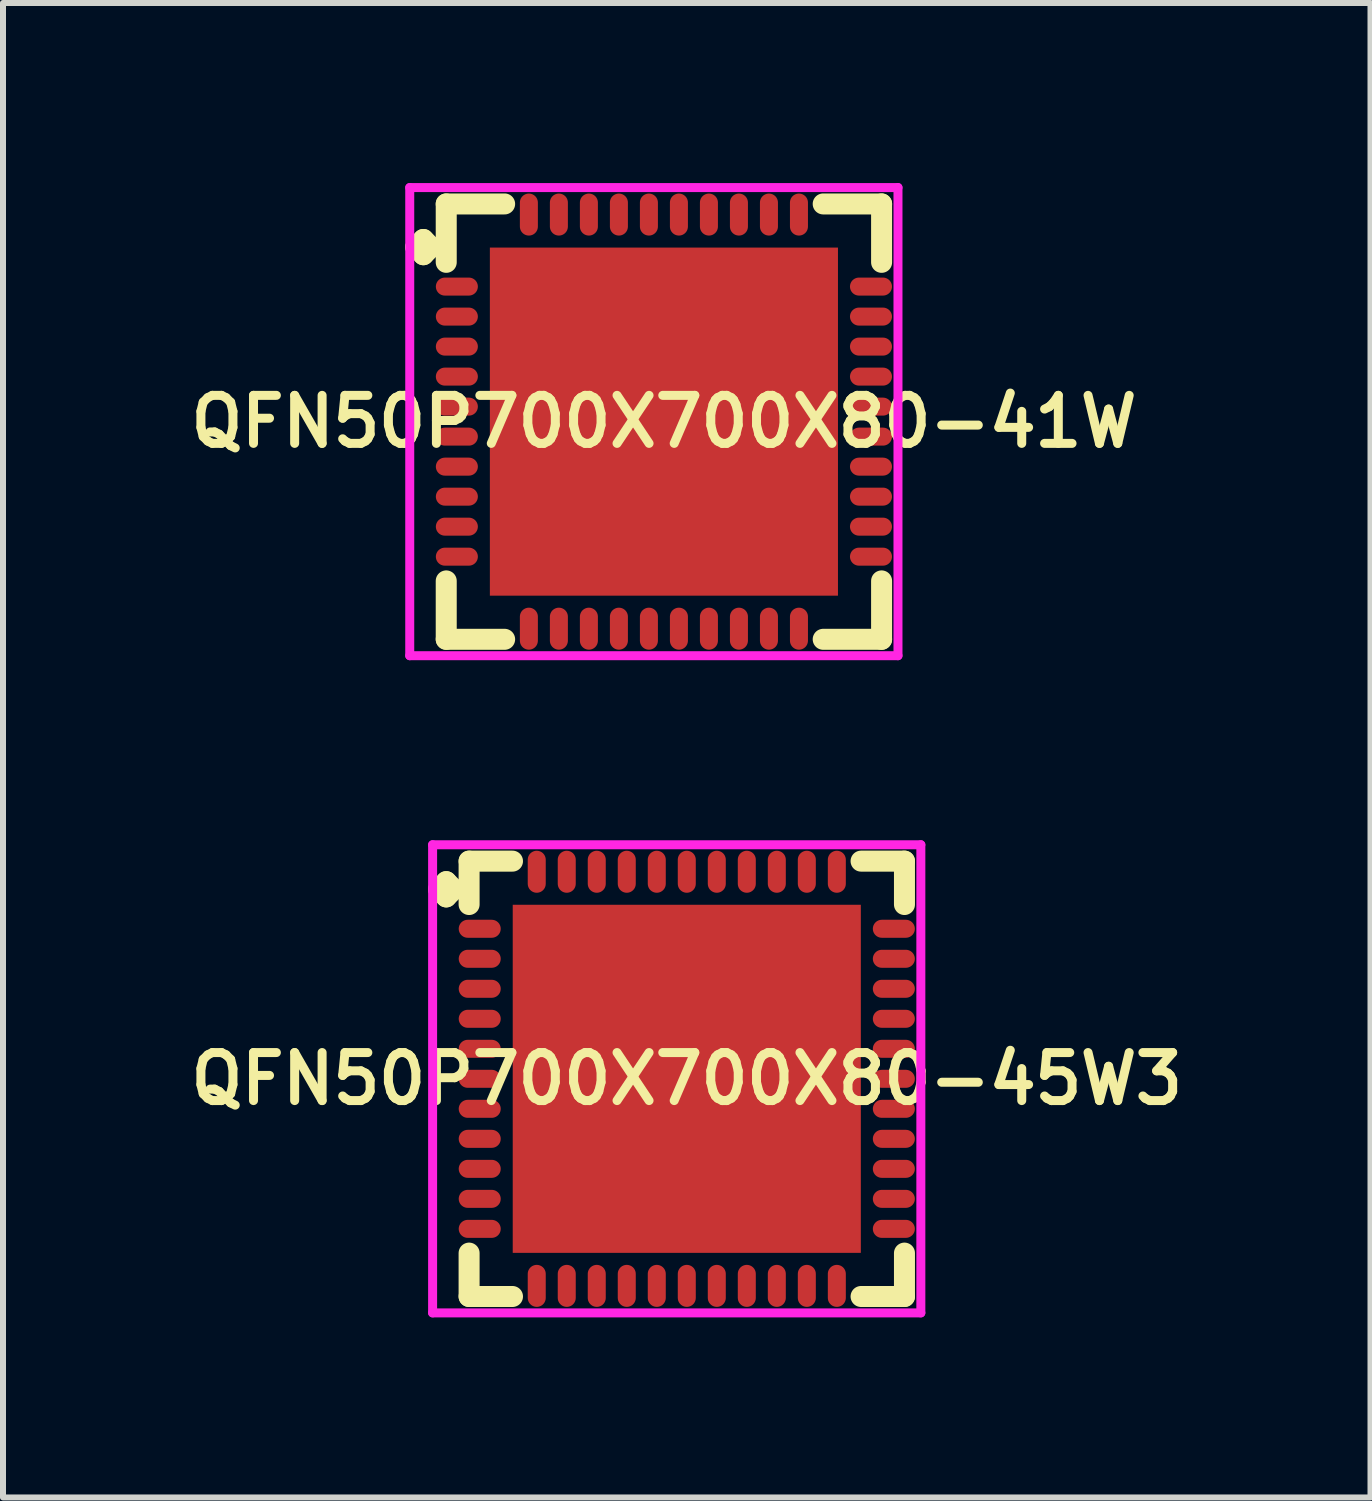
<source format=kicad_pcb>
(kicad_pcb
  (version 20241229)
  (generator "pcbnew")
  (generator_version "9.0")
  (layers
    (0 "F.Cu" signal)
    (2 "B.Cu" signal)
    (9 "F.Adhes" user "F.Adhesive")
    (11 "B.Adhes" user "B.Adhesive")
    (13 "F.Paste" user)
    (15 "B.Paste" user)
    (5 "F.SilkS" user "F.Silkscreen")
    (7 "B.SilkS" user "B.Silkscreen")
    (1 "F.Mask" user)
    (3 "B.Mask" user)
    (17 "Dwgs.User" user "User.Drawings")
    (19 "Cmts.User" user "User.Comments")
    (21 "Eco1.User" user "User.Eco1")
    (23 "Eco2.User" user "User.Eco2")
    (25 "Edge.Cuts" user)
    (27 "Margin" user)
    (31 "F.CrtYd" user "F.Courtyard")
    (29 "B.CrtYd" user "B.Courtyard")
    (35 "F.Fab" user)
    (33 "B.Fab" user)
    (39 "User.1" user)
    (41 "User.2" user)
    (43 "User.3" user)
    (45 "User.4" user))
  (footprint "QFN50P700X700X80-41W"
    (layer "F.Cu")
    (at 8.012 3.975)
    (property "Reference" "QFN50P700X700X80-41W" (at 0 0 0) (layer "F.SilkS") (effects (font (size 0.8 0.8) (thickness 0.15))))
    (attr smd)
    (fp_line (start -4.135 -2.908) (end -4.008 -3.035) (stroke (width 0.35) (type solid)) (layer "F.SilkS"))
    (fp_line (start -4.008 -3.035) (end -3.881 -2.908) (stroke (width 0.35) (type solid)) (layer "F.SilkS"))
    (fp_line (start -4.008 -2.781) (end -4.135 -2.908) (stroke (width 0.35) (type solid)) (layer "F.SilkS"))
    (fp_line (start -3.881 -2.908) (end -4.008 -2.781) (stroke (width 0.35) (type solid)) (layer "F.SilkS"))
    (fp_line (start -3.627 -3.627) (end -2.654 -3.627) (stroke (width 0.35) (type solid)) (layer "F.SilkS"))
    (fp_line (start -3.627 -2.654) (end -3.627 -3.627) (stroke (width 0.35) (type solid)) (layer "F.SilkS"))
    (fp_line (start -3.627 2.654) (end -3.627 3.627) (stroke (width 0.35) (type solid)) (layer "F.SilkS"))
    (fp_line (start -3.627 3.627) (end -2.654 3.627) (stroke (width 0.35) (type solid)) (layer "F.SilkS"))
    (fp_line (start 2.654 -3.627) (end 3.627 -3.627) (stroke (width 0.35) (type solid)) (layer "F.SilkS"))
    (fp_line (start 2.654 3.627) (end 3.627 3.627) (stroke (width 0.35) (type solid)) (layer "F.SilkS"))
    (fp_line (start 3.627 -3.627) (end 3.627 -2.654) (stroke (width 0.35) (type solid)) (layer "F.SilkS"))
    (fp_line (start 3.627 3.627) (end 3.627 2.654) (stroke (width 0.35) (type solid)) (layer "F.SilkS"))
    (fp_line (start -4.235 -3.9) (end 3.9 -3.9) (stroke (width 0.15) (type solid)) (layer "F.CrtYd"))
    (fp_line (start -4.235 3.9) (end -4.235 -3.9) (stroke (width 0.15) (type solid)) (layer "F.CrtYd"))
    (fp_line (start 3.9 -3.9) (end 3.9 3.9) (stroke (width 0.15) (type solid)) (layer "F.CrtYd"))
    (fp_line (start 3.9 3.9) (end -4.235 3.9) (stroke (width 0.15) (type solid)) (layer "F.CrtYd"))
    (pad "1" smd oval (at -3.45 -2.25) (size 0.7 0.3) (layers "F.Cu" "F.Mask" "F.Paste"))
    (pad "2" smd oval (at -3.45 -1.75) (size 0.7 0.3) (layers "F.Cu" "F.Mask" "F.Paste"))
    (pad "3" smd oval (at -3.45 -1.25) (size 0.7 0.3) (layers "F.Cu" "F.Mask" "F.Paste"))
    (pad "4" smd oval (at -3.45 -0.75) (size 0.7 0.3) (layers "F.Cu" "F.Mask" "F.Paste"))
    (pad "5" smd oval (at -3.45 -0.25) (size 0.7 0.3) (layers "F.Cu" "F.Mask" "F.Paste"))
    (pad "6" smd oval (at -3.45 0.25) (size 0.7 0.3) (layers "F.Cu" "F.Mask" "F.Paste"))
    (pad "7" smd oval (at -3.45 0.75) (size 0.7 0.3) (layers "F.Cu" "F.Mask" "F.Paste"))
    (pad "8" smd oval (at -3.45 1.25) (size 0.7 0.3) (layers "F.Cu" "F.Mask" "F.Paste"))
    (pad "9" smd oval (at -3.45 1.75) (size 0.7 0.3) (layers "F.Cu" "F.Mask" "F.Paste"))
    (pad "10" smd oval (at -3.45 2.25) (size 0.7 0.3) (layers "F.Cu" "F.Mask" "F.Paste"))
    (pad "11" smd oval (at -2.25 3.45) (size 0.3 0.7) (layers "F.Cu" "F.Mask" "F.Paste"))
    (pad "12" smd oval (at -1.75 3.45) (size 0.3 0.7) (layers "F.Cu" "F.Mask" "F.Paste"))
    (pad "13" smd oval (at -1.25 3.45) (size 0.3 0.7) (layers "F.Cu" "F.Mask" "F.Paste"))
    (pad "14" smd oval (at -0.75 3.45) (size 0.3 0.7) (layers "F.Cu" "F.Mask" "F.Paste"))
    (pad "15" smd oval (at -0.25 3.45) (size 0.3 0.7) (layers "F.Cu" "F.Mask" "F.Paste"))
    (pad "16" smd oval (at 0.25 3.45) (size 0.3 0.7) (layers "F.Cu" "F.Mask" "F.Paste"))
    (pad "17" smd oval (at 0.75 3.45) (size 0.3 0.7) (layers "F.Cu" "F.Mask" "F.Paste"))
    (pad "18" smd oval (at 1.25 3.45) (size 0.3 0.7) (layers "F.Cu" "F.Mask" "F.Paste"))
    (pad "19" smd oval (at 1.75 3.45) (size 0.3 0.7) (layers "F.Cu" "F.Mask" "F.Paste"))
    (pad "20" smd oval (at 2.25 3.45) (size 0.3 0.7) (layers "F.Cu" "F.Mask" "F.Paste"))
    (pad "21" smd oval (at 3.45 2.25) (size 0.7 0.3) (layers "F.Cu" "F.Mask" "F.Paste"))
    (pad "22" smd oval (at 3.45 1.75) (size 0.7 0.3) (layers "F.Cu" "F.Mask" "F.Paste"))
    (pad "23" smd oval (at 3.45 1.25) (size 0.7 0.3) (layers "F.Cu" "F.Mask" "F.Paste"))
    (pad "24" smd oval (at 3.45 0.75) (size 0.7 0.3) (layers "F.Cu" "F.Mask" "F.Paste"))
    (pad "25" smd oval (at 3.45 0.25) (size 0.7 0.3) (layers "F.Cu" "F.Mask" "F.Paste"))
    (pad "26" smd oval (at 3.45 -0.25) (size 0.7 0.3) (layers "F.Cu" "F.Mask" "F.Paste"))
    (pad "27" smd oval (at 3.45 -0.75) (size 0.7 0.3) (layers "F.Cu" "F.Mask" "F.Paste"))
    (pad "28" smd oval (at 3.45 -1.25) (size 0.7 0.3) (layers "F.Cu" "F.Mask" "F.Paste"))
    (pad "29" smd oval (at 3.45 -1.75) (size 0.7 0.3) (layers "F.Cu" "F.Mask" "F.Paste"))
    (pad "30" smd oval (at 3.45 -2.25) (size 0.7 0.3) (layers "F.Cu" "F.Mask" "F.Paste"))
    (pad "31" smd oval (at 2.25 -3.45) (size 0.3 0.7) (layers "F.Cu" "F.Mask" "F.Paste"))
    (pad "32" smd oval (at 1.75 -3.45) (size 0.3 0.7) (layers "F.Cu" "F.Mask" "F.Paste"))
    (pad "33" smd oval (at 1.25 -3.45) (size 0.3 0.7) (layers "F.Cu" "F.Mask" "F.Paste"))
    (pad "34" smd oval (at 0.75 -3.45) (size 0.3 0.7) (layers "F.Cu" "F.Mask" "F.Paste"))
    (pad "35" smd oval (at 0.25 -3.45) (size 0.3 0.7) (layers "F.Cu" "F.Mask" "F.Paste"))
    (pad "36" smd oval (at -0.25 -3.45) (size 0.3 0.7) (layers "F.Cu" "F.Mask" "F.Paste"))
    (pad "37" smd oval (at -0.75 -3.45) (size 0.3 0.7) (layers "F.Cu" "F.Mask" "F.Paste"))
    (pad "38" smd oval (at -1.25 -3.45) (size 0.3 0.7) (layers "F.Cu" "F.Mask" "F.Paste"))
    (pad "39" smd oval (at -1.75 -3.45) (size 0.3 0.7) (layers "F.Cu" "F.Mask" "F.Paste"))
    (pad "40" smd oval (at -2.25 -3.45) (size 0.3 0.7) (layers "F.Cu" "F.Mask" "F.Paste"))
    (pad "41" smd rect (at 0 0) (size 5.8 5.8) (layers "F.Cu" "F.Mask" "F.Paste")))
  (footprint "QFN50P700X700X80-45W3"
    (layer "F.Cu")
    (at 8.393 14.925)
    (property "Reference" "QFN50P700X700X80-45W3" (at 0 0 0) (layer "F.SilkS") (effects (font (size 0.8 0.8) (thickness 0.15))))
    (attr smd)
    (fp_line (start -4.135 -3.158) (end -4.008 -3.285) (stroke (width 0.35) (type solid)) (layer "F.SilkS"))
    (fp_line (start -4.008 -3.285) (end -3.881 -3.158) (stroke (width 0.35) (type solid)) (layer "F.SilkS"))
    (fp_line (start -4.008 -3.031) (end -4.135 -3.158) (stroke (width 0.35) (type solid)) (layer "F.SilkS"))
    (fp_line (start -3.881 -3.158) (end -4.008 -3.031) (stroke (width 0.35) (type solid)) (layer "F.SilkS"))
    (fp_line (start -3.627 -3.627) (end -2.904 -3.627) (stroke (width 0.35) (type solid)) (layer "F.SilkS"))
    (fp_line (start -3.627 -2.904) (end -3.627 -3.627) (stroke (width 0.35) (type solid)) (layer "F.SilkS"))
    (fp_line (start -3.627 2.904) (end -3.627 3.627) (stroke (width 0.35) (type solid)) (layer "F.SilkS"))
    (fp_line (start -3.627 3.627) (end -2.904 3.627) (stroke (width 0.35) (type solid)) (layer "F.SilkS"))
    (fp_line (start 2.904 -3.627) (end 3.627 -3.627) (stroke (width 0.35) (type solid)) (layer "F.SilkS"))
    (fp_line (start 2.904 3.627) (end 3.627 3.627) (stroke (width 0.35) (type solid)) (layer "F.SilkS"))
    (fp_line (start 3.627 -3.627) (end 3.627 -2.904) (stroke (width 0.35) (type solid)) (layer "F.SilkS"))
    (fp_line (start 3.627 3.627) (end 3.627 2.904) (stroke (width 0.35) (type solid)) (layer "F.SilkS"))
    (fp_line (start -4.235 -3.9) (end 3.9 -3.9) (stroke (width 0.15) (type solid)) (layer "F.CrtYd"))
    (fp_line (start -4.235 3.9) (end -4.235 -3.9) (stroke (width 0.15) (type solid)) (layer "F.CrtYd"))
    (fp_line (start 3.9 -3.9) (end 3.9 3.9) (stroke (width 0.15) (type solid)) (layer "F.CrtYd"))
    (fp_line (start 3.9 3.9) (end -4.235 3.9) (stroke (width 0.15) (type solid)) (layer "F.CrtYd"))
    (pad "1" smd oval (at -3.45 -2.5) (size 0.7 0.3) (layers "F.Cu" "F.Mask" "F.Paste"))
    (pad "2" smd oval (at -3.45 -2) (size 0.7 0.3) (layers "F.Cu" "F.Mask" "F.Paste"))
    (pad "3" smd oval (at -3.45 -1.5) (size 0.7 0.3) (layers "F.Cu" "F.Mask" "F.Paste"))
    (pad "4" smd oval (at -3.45 -1) (size 0.7 0.3) (layers "F.Cu" "F.Mask" "F.Paste"))
    (pad "5" smd oval (at -3.45 -0.5) (size 0.7 0.3) (layers "F.Cu" "F.Mask" "F.Paste"))
    (pad "6" smd oval (at -3.45 0) (size 0.7 0.3) (layers "F.Cu" "F.Mask" "F.Paste"))
    (pad "7" smd oval (at -3.45 0.5) (size 0.7 0.3) (layers "F.Cu" "F.Mask" "F.Paste"))
    (pad "8" smd oval (at -3.45 1) (size 0.7 0.3) (layers "F.Cu" "F.Mask" "F.Paste"))
    (pad "9" smd oval (at -3.45 1.5) (size 0.7 0.3) (layers "F.Cu" "F.Mask" "F.Paste"))
    (pad "10" smd oval (at -3.45 2) (size 0.7 0.3) (layers "F.Cu" "F.Mask" "F.Paste"))
    (pad "11" smd oval (at -3.45 2.5) (size 0.7 0.3) (layers "F.Cu" "F.Mask" "F.Paste"))
    (pad "12" smd oval (at -2.5 3.45) (size 0.3 0.7) (layers "F.Cu" "F.Mask" "F.Paste"))
    (pad "13" smd oval (at -2 3.45) (size 0.3 0.7) (layers "F.Cu" "F.Mask" "F.Paste"))
    (pad "14" smd oval (at -1.5 3.45) (size 0.3 0.7) (layers "F.Cu" "F.Mask" "F.Paste"))
    (pad "15" smd oval (at -1 3.45) (size 0.3 0.7) (layers "F.Cu" "F.Mask" "F.Paste"))
    (pad "16" smd oval (at -0.5 3.45) (size 0.3 0.7) (layers "F.Cu" "F.Mask" "F.Paste"))
    (pad "17" smd oval (at 0 3.45) (size 0.3 0.7) (layers "F.Cu" "F.Mask" "F.Paste"))
    (pad "18" smd oval (at 0.5 3.45) (size 0.3 0.7) (layers "F.Cu" "F.Mask" "F.Paste"))
    (pad "19" smd oval (at 1 3.45) (size 0.3 0.7) (layers "F.Cu" "F.Mask" "F.Paste"))
    (pad "20" smd oval (at 1.5 3.45) (size 0.3 0.7) (layers "F.Cu" "F.Mask" "F.Paste"))
    (pad "21" smd oval (at 2 3.45) (size 0.3 0.7) (layers "F.Cu" "F.Mask" "F.Paste"))
    (pad "22" smd oval (at 2.5 3.45) (size 0.3 0.7) (layers "F.Cu" "F.Mask" "F.Paste"))
    (pad "23" smd oval (at 3.45 2.5) (size 0.7 0.3) (layers "F.Cu" "F.Mask" "F.Paste"))
    (pad "24" smd oval (at 3.45 2) (size 0.7 0.3) (layers "F.Cu" "F.Mask" "F.Paste"))
    (pad "25" smd oval (at 3.45 1.5) (size 0.7 0.3) (layers "F.Cu" "F.Mask" "F.Paste"))
    (pad "26" smd oval (at 3.45 1) (size 0.7 0.3) (layers "F.Cu" "F.Mask" "F.Paste"))
    (pad "27" smd oval (at 3.45 0.5) (size 0.7 0.3) (layers "F.Cu" "F.Mask" "F.Paste"))
    (pad "28" smd oval (at 3.45 0) (size 0.7 0.3) (layers "F.Cu" "F.Mask" "F.Paste"))
    (pad "29" smd oval (at 3.45 -0.5) (size 0.7 0.3) (layers "F.Cu" "F.Mask" "F.Paste"))
    (pad "30" smd oval (at 3.45 -1) (size 0.7 0.3) (layers "F.Cu" "F.Mask" "F.Paste"))
    (pad "31" smd oval (at 3.45 -1.5) (size 0.7 0.3) (layers "F.Cu" "F.Mask" "F.Paste"))
    (pad "32" smd oval (at 3.45 -2) (size 0.7 0.3) (layers "F.Cu" "F.Mask" "F.Paste"))
    (pad "33" smd oval (at 3.45 -2.5) (size 0.7 0.3) (layers "F.Cu" "F.Mask" "F.Paste"))
    (pad "34" smd oval (at 2.5 -3.45) (size 0.3 0.7) (layers "F.Cu" "F.Mask" "F.Paste"))
    (pad "35" smd oval (at 2 -3.45) (size 0.3 0.7) (layers "F.Cu" "F.Mask" "F.Paste"))
    (pad "36" smd oval (at 1.5 -3.45) (size 0.3 0.7) (layers "F.Cu" "F.Mask" "F.Paste"))
    (pad "37" smd oval (at 1 -3.45) (size 0.3 0.7) (layers "F.Cu" "F.Mask" "F.Paste"))
    (pad "38" smd oval (at 0.5 -3.45) (size 0.3 0.7) (layers "F.Cu" "F.Mask" "F.Paste"))
    (pad "39" smd oval (at 0 -3.45) (size 0.3 0.7) (layers "F.Cu" "F.Mask" "F.Paste"))
    (pad "40" smd oval (at -0.5 -3.45) (size 0.3 0.7) (layers "F.Cu" "F.Mask" "F.Paste"))
    (pad "41" smd oval (at -1 -3.45) (size 0.3 0.7) (layers "F.Cu" "F.Mask" "F.Paste"))
    (pad "42" smd oval (at -1.5 -3.45) (size 0.3 0.7) (layers "F.Cu" "F.Mask" "F.Paste"))
    (pad "43" smd oval (at -2 -3.45) (size 0.3 0.7) (layers "F.Cu" "F.Mask" "F.Paste"))
    (pad "44" smd oval (at -2.5 -3.45) (size 0.3 0.7) (layers "F.Cu" "F.Mask" "F.Paste"))
    (pad "45" smd rect (at 0 0) (size 5.8 5.8) (layers "F.Cu" "F.Mask" "F.Paste")))
  (gr_rect
    (start -3 -3)
    (end 19.785 21.9)
    (stroke (width 0.1) (type default))
    (fill no)
    (layer "Edge.Cuts")))
</source>
